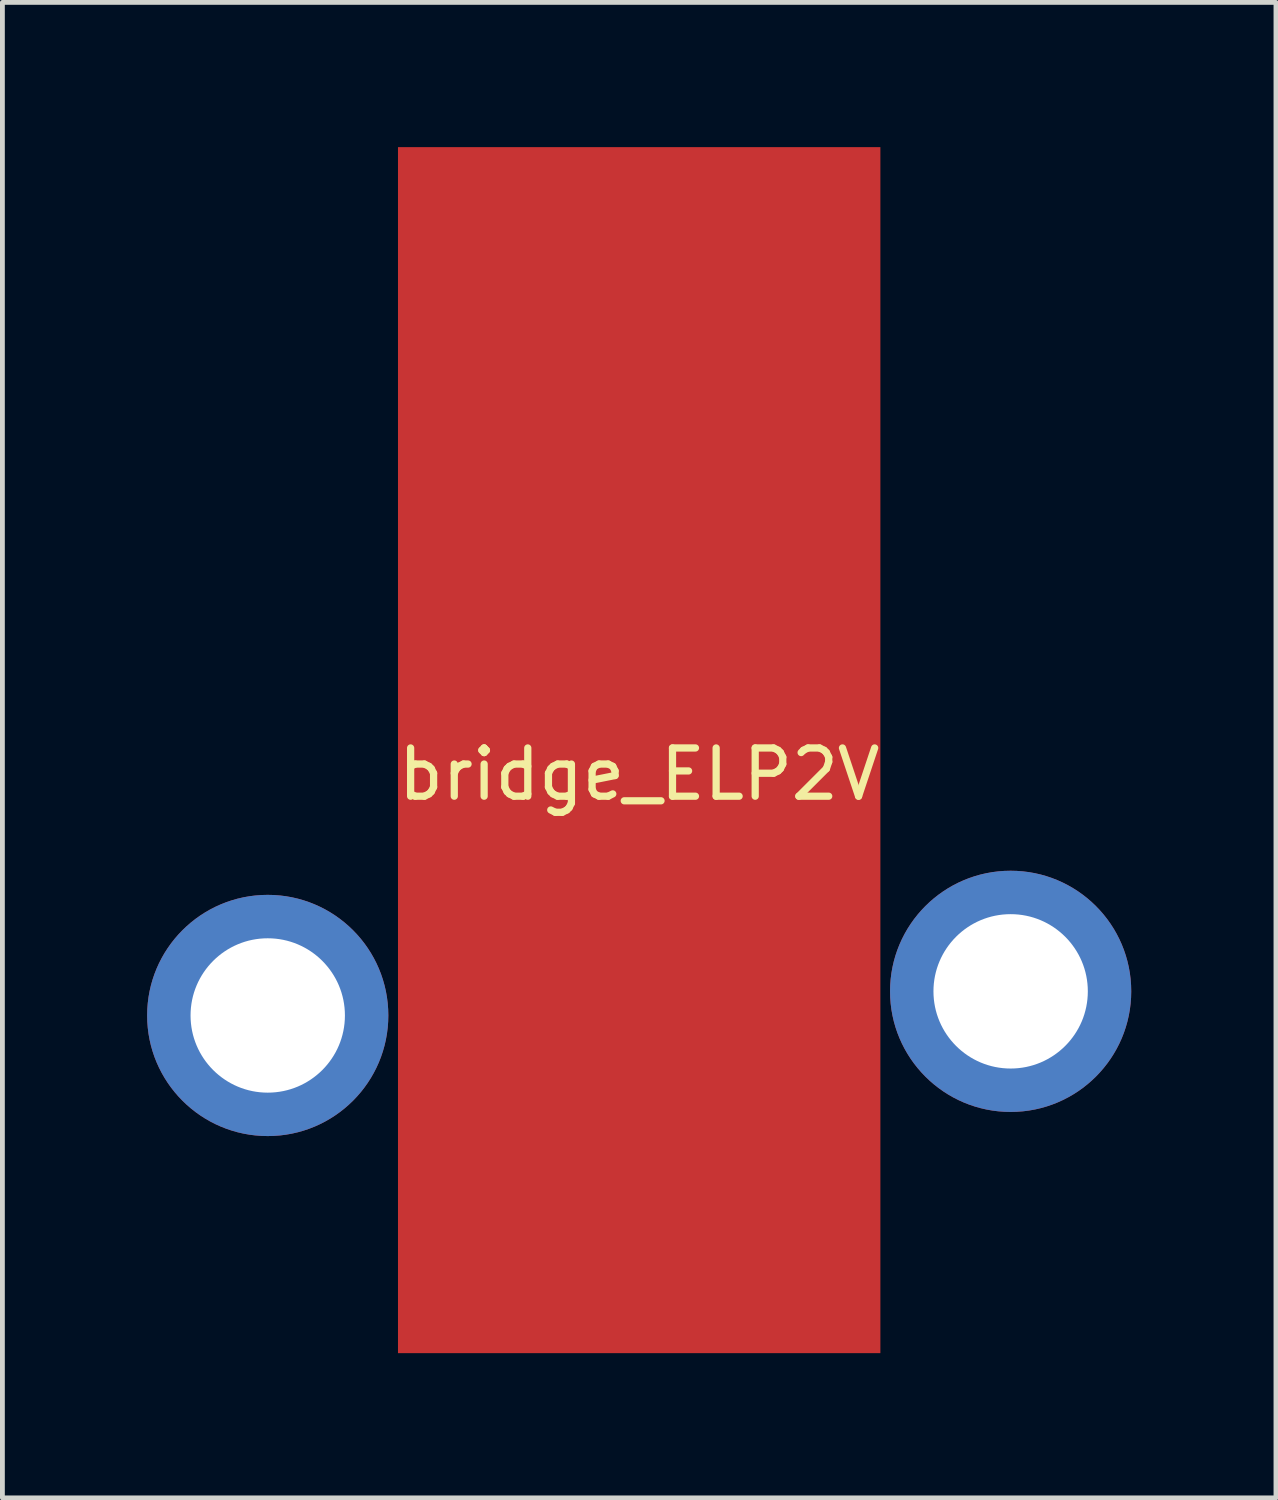
<source format=kicad_pcb>
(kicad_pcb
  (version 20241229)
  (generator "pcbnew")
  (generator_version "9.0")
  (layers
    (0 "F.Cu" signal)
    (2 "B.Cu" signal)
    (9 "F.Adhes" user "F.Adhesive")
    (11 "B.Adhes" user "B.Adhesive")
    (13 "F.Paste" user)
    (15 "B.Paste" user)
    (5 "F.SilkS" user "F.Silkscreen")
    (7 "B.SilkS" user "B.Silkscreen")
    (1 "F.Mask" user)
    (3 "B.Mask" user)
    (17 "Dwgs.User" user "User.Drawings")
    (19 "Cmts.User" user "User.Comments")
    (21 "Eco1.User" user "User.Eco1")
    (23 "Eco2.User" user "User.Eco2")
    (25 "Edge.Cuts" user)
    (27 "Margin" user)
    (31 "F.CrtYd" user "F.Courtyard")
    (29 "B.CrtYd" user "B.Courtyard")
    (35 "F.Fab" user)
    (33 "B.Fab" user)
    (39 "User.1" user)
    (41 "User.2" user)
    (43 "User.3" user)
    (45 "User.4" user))
  (footprint "bridge_ELP2V"
    (layer "F.Cu")
    (at 10.2 12.5)
    (property "Reference" "bridge_ELP2V" (at 0 0.5 0) (layer "F.SilkS") (effects (font (size 1 1) (thickness 0.15))))
    (attr through_hole)
    (pad "1" thru_hole circle (at 7.7 5) (size 5 5) (drill 3.2) (layers "*.Cu" "*.Mask"))
    (pad "2" thru_hole circle (at -7.7 5.5) (size 5 5) (drill 3.2) (layers "*.Cu" "*.Mask"))
    (pad "3" connect rect (at 0 0) (size 10 25) (layers "F.Cu" "F.Mask")))
  (gr_rect
    (start -3 -3)
    (end 23.4 28)
    (stroke (width 0.1) (type default))
    (fill no)
    (layer "Edge.Cuts")))
</source>
